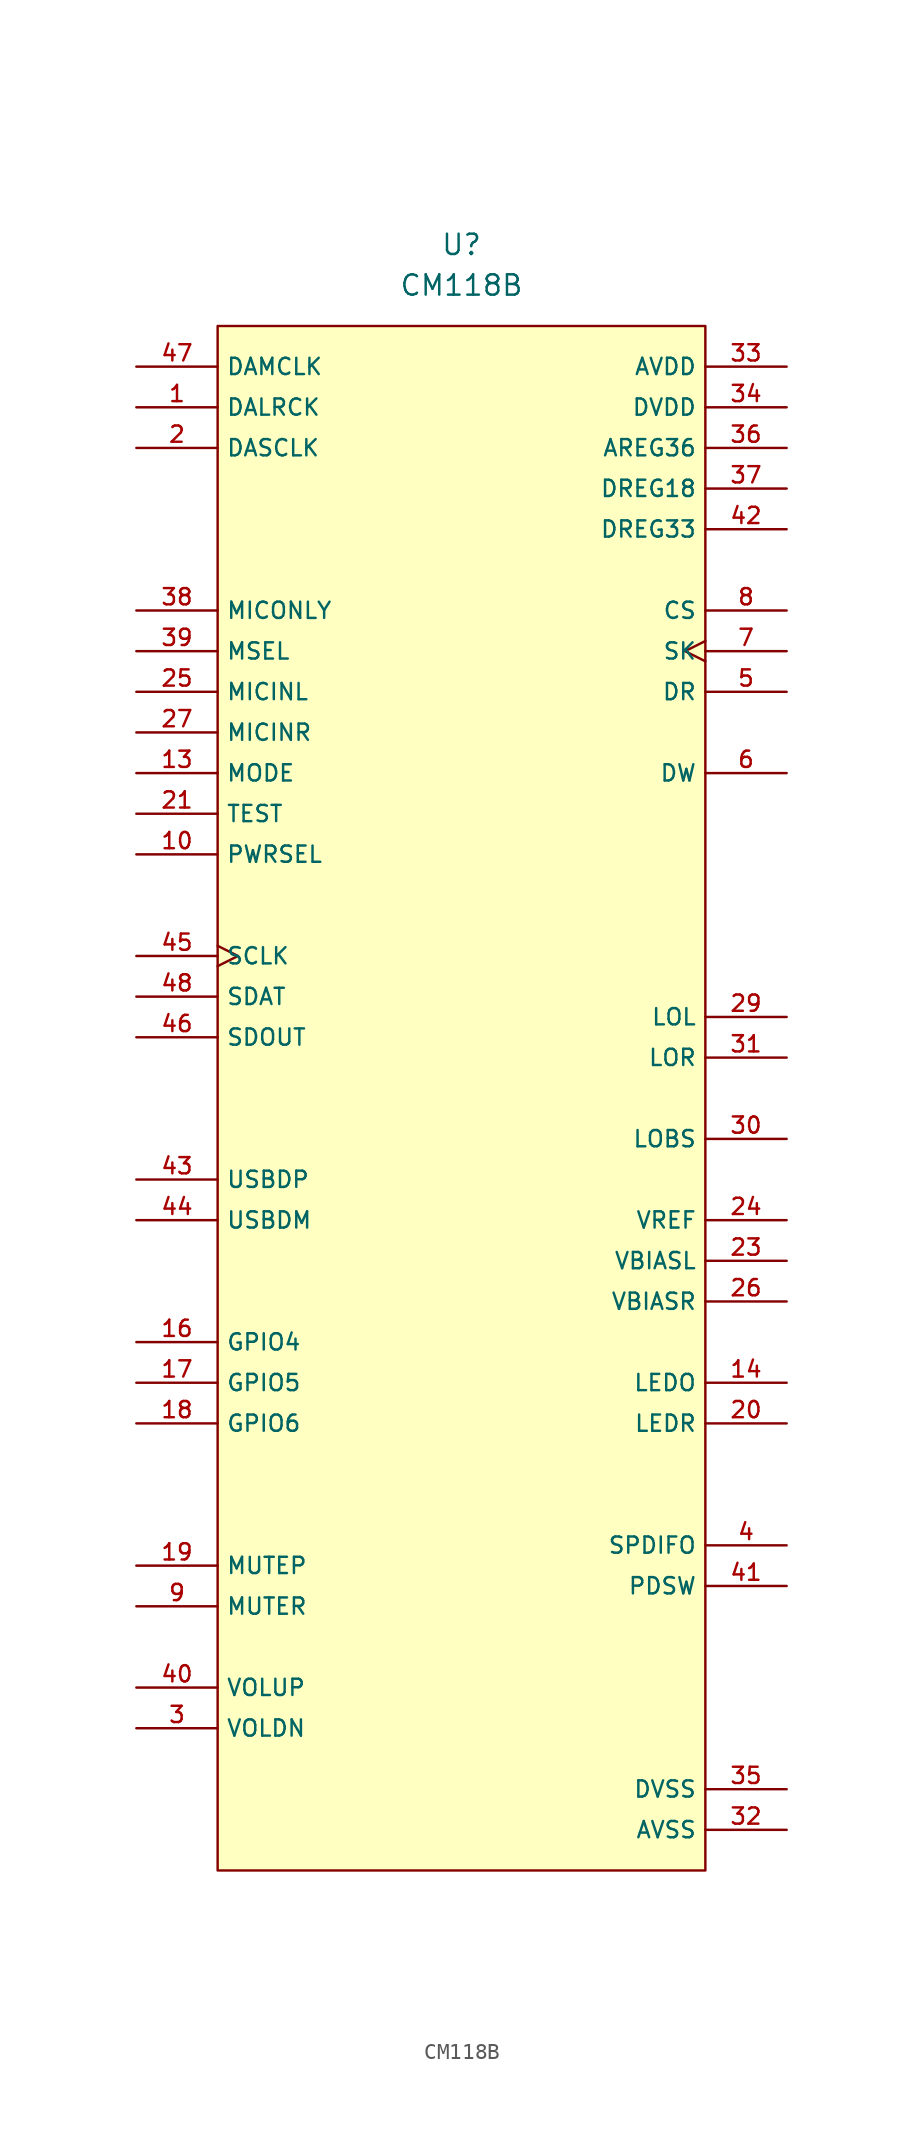
<source format=kicad_sym>
(kicad_symbol_lib
  (version 20211014)
  (generator kicad_symbol_editor)
  (symbol "CM118B"
    (property "Reference" "U"
      (at 0 0 0)
      (effects (font (size 1.27 1.27))))
    (property "Value" "CM118B"
      (at 0 -2.54 0)
      (effects (font (size 1.27 1.27))))
    (symbol "CM118B_0_0"
      (rectangle (start -15.24 -101.6) (end 15.24 -5.08) (stroke (width 0.152) (type default) (color 0 0 0 0)) (fill (type background)))
      (pin bidirectional line (at -20.32 -10.16 0) (length 5.08) (name "DALRCK" (effects (font (size 1.016 1.016)))) (number "1" (effects (font (size 1.016 1.016)))))
      (pin input line (at -20.32 -38.1 0) (length 5.08) (name "PWRSEL" (effects (font (size 1.016 1.016)))) (number "10" (effects (font (size 1.016 1.016)))))
      (pin input line (at -20.32 -33.02 0) (length 5.08) (name "MODE" (effects (font (size 1.016 1.016)))) (number "13" (effects (font (size 1.016 1.016)))))
      (pin output line (at 20.32 -71.12 180) (length 5.08) (name "LEDO" (effects (font (size 1.016 1.016)))) (number "14" (effects (font (size 1.016 1.016)))))
      (pin power_in line (at 20.32 -96.52 180) (length 5.08) hide (name "DVSS" (effects (font (size 1.016 1.016)))) (number "15" (effects (font (size 1.016 1.016)))))
      (pin bidirectional line (at -20.32 -68.58 0) (length 5.08) (name "GPIO4" (effects (font (size 1.016 1.016)))) (number "16" (effects (font (size 1.016 1.016)))))
      (pin bidirectional line (at -20.32 -71.12 0) (length 5.08) (name "GPIO5" (effects (font (size 1.016 1.016)))) (number "17" (effects (font (size 1.016 1.016)))))
      (pin bidirectional line (at -20.32 -73.66 0) (length 5.08) (name "GPIO6" (effects (font (size 1.016 1.016)))) (number "18" (effects (font (size 1.016 1.016)))))
      (pin input line (at -20.32 -82.55 0) (length 5.08) (name "MUTEP" (effects (font (size 1.016 1.016)))) (number "19" (effects (font (size 1.016 1.016)))))
      (pin bidirectional line (at -20.32 -12.7 0) (length 5.08) (name "DASCLK" (effects (font (size 1.016 1.016)))) (number "2" (effects (font (size 1.016 1.016)))))
      (pin output line (at 20.32 -73.66 180) (length 5.08) (name "LEDR" (effects (font (size 1.016 1.016)))) (number "20" (effects (font (size 1.016 1.016)))))
      (pin input line (at -20.32 -35.56 0) (length 5.08) (name "TEST" (effects (font (size 1.016 1.016)))) (number "21" (effects (font (size 1.016 1.016)))))
      (pin power_in line (at 20.32 -99.06 180) (length 5.08) hide (name "AVSS" (effects (font (size 1.016 1.016)))) (number "22" (effects (font (size 1.016 1.016)))))
      (pin output line (at 20.32 -63.5 180) (length 5.08) (name "VBIASL" (effects (font (size 1.016 1.016)))) (number "23" (effects (font (size 1.016 1.016)))))
      (pin output line (at 20.32 -60.96 180) (length 5.08) (name "VREF" (effects (font (size 1.016 1.016)))) (number "24" (effects (font (size 1.016 1.016)))))
      (pin input line (at -20.32 -27.94 0) (length 5.08) (name "MICINL" (effects (font (size 1.016 1.016)))) (number "25" (effects (font (size 1.016 1.016)))))
      (pin output line (at 20.32 -66.04 180) (length 5.08) (name "VBIASR" (effects (font (size 1.016 1.016)))) (number "26" (effects (font (size 1.016 1.016)))))
      (pin input line (at -20.32 -30.48 0) (length 5.08) (name "MICINR" (effects (font (size 1.016 1.016)))) (number "27" (effects (font (size 1.016 1.016)))))
      (pin power_in line (at 20.32 -7.62 180) (length 5.08) hide (name "AVDD" (effects (font (size 1.016 1.016)))) (number "28" (effects (font (size 1.016 1.016)))))
      (pin output line (at 20.32 -48.26 180) (length 5.08) (name "LOL" (effects (font (size 1.016 1.016)))) (number "29" (effects (font (size 1.016 1.016)))))
      (pin input line (at -20.32 -92.71 0) (length 5.08) (name "VOLDN" (effects (font (size 1.016 1.016)))) (number "3" (effects (font (size 1.016 1.016)))))
      (pin output line (at 20.32 -55.88 180) (length 5.08) (name "LOBS" (effects (font (size 1.016 1.016)))) (number "30" (effects (font (size 1.016 1.016)))))
      (pin output line (at 20.32 -50.8 180) (length 5.08) (name "LOR" (effects (font (size 1.016 1.016)))) (number "31" (effects (font (size 1.016 1.016)))))
      (pin power_in line (at 20.32 -99.06 180) (length 5.08) (name "AVSS" (effects (font (size 1.016 1.016)))) (number "32" (effects (font (size 1.016 1.016)))))
      (pin power_in line (at 20.32 -7.62 180) (length 5.08) (name "AVDD" (effects (font (size 1.016 1.016)))) (number "33" (effects (font (size 1.016 1.016)))))
      (pin power_in line (at 20.32 -10.16 180) (length 5.08) (name "DVDD" (effects (font (size 1.016 1.016)))) (number "34" (effects (font (size 1.016 1.016)))))
      (pin power_in line (at 20.32 -96.52 180) (length 5.08) (name "DVSS" (effects (font (size 1.016 1.016)))) (number "35" (effects (font (size 1.016 1.016)))))
      (pin power_in line (at 20.32 -12.7 180) (length 5.08) (name "AREG36" (effects (font (size 1.016 1.016)))) (number "36" (effects (font (size 1.016 1.016)))))
      (pin power_in line (at 20.32 -15.24 180) (length 5.08) (name "DREG18" (effects (font (size 1.016 1.016)))) (number "37" (effects (font (size 1.016 1.016)))))
      (pin input line (at -20.32 -22.86 0) (length 5.08) (name "MICONLY" (effects (font (size 1.016 1.016)))) (number "38" (effects (font (size 1.016 1.016)))))
      (pin input line (at -20.32 -25.4 0) (length 5.08) (name "MSEL" (effects (font (size 1.016 1.016)))) (number "39" (effects (font (size 1.016 1.016)))))
      (pin output line (at 20.32 -81.28 180) (length 5.08) (name "SPDIFO" (effects (font (size 1.016 1.016)))) (number "4" (effects (font (size 1.016 1.016)))))
      (pin input line (at -20.32 -90.17 0) (length 5.08) (name "VOLUP" (effects (font (size 1.016 1.016)))) (number "40" (effects (font (size 1.016 1.016)))))
      (pin output line (at 20.32 -83.82 180) (length 5.08) (name "PDSW" (effects (font (size 1.016 1.016)))) (number "41" (effects (font (size 1.016 1.016)))))
      (pin power_in line (at 20.32 -17.78 180) (length 5.08) (name "DREG33" (effects (font (size 1.016 1.016)))) (number "42" (effects (font (size 1.016 1.016)))))
      (pin bidirectional line (at -20.32 -58.42 0) (length 5.08) (name "USBDP" (effects (font (size 1.016 1.016)))) (number "43" (effects (font (size 1.016 1.016)))))
      (pin bidirectional line (at -20.32 -60.96 0) (length 5.08) (name "USBDM" (effects (font (size 1.016 1.016)))) (number "44" (effects (font (size 1.016 1.016)))))
      (pin bidirectional clock (at -20.32 -44.45 0) (length 5.08) (name "SCLK" (effects (font (size 1.016 1.016)))) (number "45" (effects (font (size 1.016 1.016)))))
      (pin bidirectional line (at -20.32 -49.53 0) (length 5.08) (name "SDOUT" (effects (font (size 1.016 1.016)))) (number "46" (effects (font (size 1.016 1.016)))))
      (pin bidirectional line (at -20.32 -7.62 0) (length 5.08) (name "DAMCLK" (effects (font (size 1.016 1.016)))) (number "47" (effects (font (size 1.016 1.016)))))
      (pin bidirectional line (at -20.32 -46.99 0) (length 5.08) (name "SDAT" (effects (font (size 1.016 1.016)))) (number "48" (effects (font (size 1.016 1.016)))))
      (pin bidirectional line (at 20.32 -27.94 180) (length 5.08) (name "DR" (effects (font (size 1.016 1.016)))) (number "5" (effects (font (size 1.016 1.016)))))
      (pin output line (at 20.32 -33.02 180) (length 5.08) (name "DW" (effects (font (size 1.016 1.016)))) (number "6" (effects (font (size 1.016 1.016)))))
      (pin output clock (at 20.32 -25.4 180) (length 5.08) (name "SK" (effects (font (size 1.016 1.016)))) (number "7" (effects (font (size 1.016 1.016)))))
      (pin output line (at 20.32 -22.86 180) (length 5.08) (name "CS" (effects (font (size 1.016 1.016)))) (number "8" (effects (font (size 1.016 1.016)))))
      (pin input line (at -20.32 -85.09 0) (length 5.08) (name "MUTER" (effects (font (size 1.016 1.016)))) (number "9" (effects (font (size 1.016 1.016))))))))
</source>
